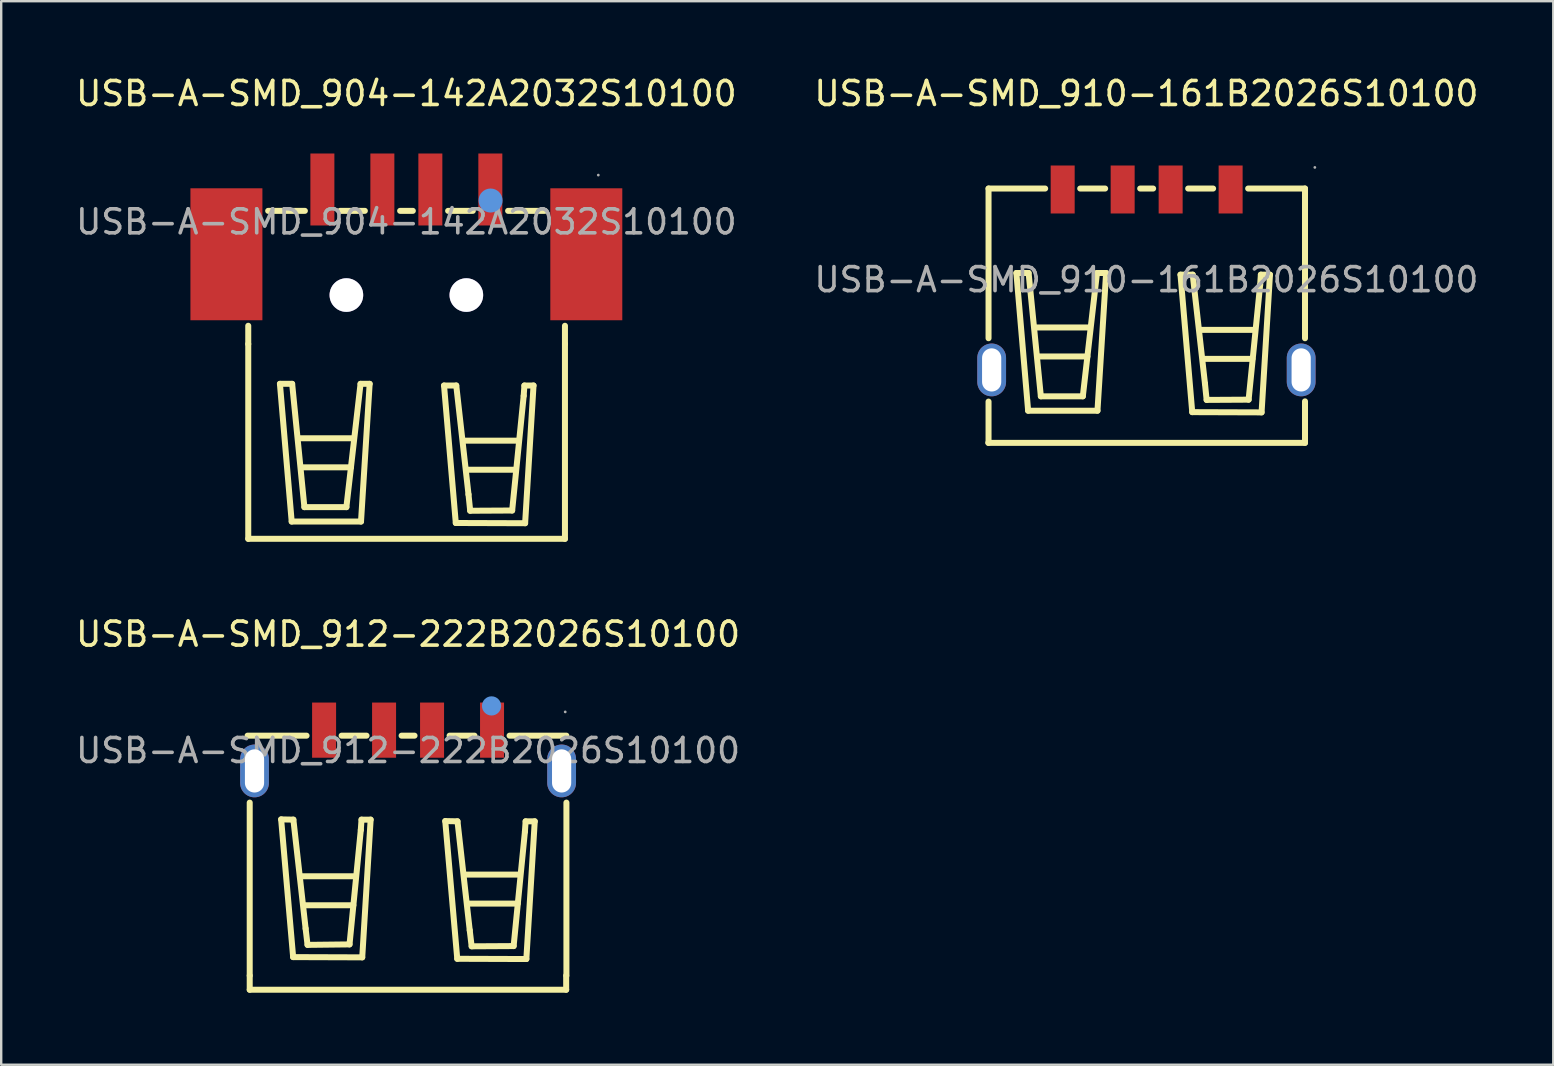
<source format=kicad_pcb>
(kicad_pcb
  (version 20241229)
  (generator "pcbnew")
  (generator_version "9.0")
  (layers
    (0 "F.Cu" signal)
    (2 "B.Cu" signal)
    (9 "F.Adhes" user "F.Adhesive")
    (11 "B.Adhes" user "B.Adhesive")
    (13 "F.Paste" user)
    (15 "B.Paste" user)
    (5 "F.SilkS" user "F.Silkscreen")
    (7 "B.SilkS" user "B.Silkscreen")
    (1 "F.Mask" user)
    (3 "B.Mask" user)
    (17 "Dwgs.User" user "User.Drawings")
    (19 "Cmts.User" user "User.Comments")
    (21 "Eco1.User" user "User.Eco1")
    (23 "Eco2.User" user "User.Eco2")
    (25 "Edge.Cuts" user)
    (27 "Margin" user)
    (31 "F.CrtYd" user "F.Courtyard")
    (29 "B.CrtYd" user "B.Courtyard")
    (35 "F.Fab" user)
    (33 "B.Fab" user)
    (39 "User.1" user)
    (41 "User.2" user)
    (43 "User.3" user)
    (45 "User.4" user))
  (footprint "USB-A-SMD_912-222B2026S10100"
    (layer "F.Cu")
    (at 13.958 28.232)
    (property "Reference" "USB-A-SMD_912-222B2026S10100" (at 0 -4.85 0) (layer "F.SilkS") (effects (font (size 1 1) (thickness 0.15))))
    (attr through_hole)
    (fp_line (start -6.6 9.38) (end -6.6 2.17) (stroke (width 0.25) (type solid)) (layer "F.SilkS"))
    (fp_line (start -6.6 9.38) (end -6.6 9.97) (stroke (width 0.25) (type solid)) (layer "F.SilkS"))
    (fp_line (start -6.6 9.97) (end 6.59 9.97) (stroke (width 0.25) (type solid)) (layer "F.SilkS"))
    (fp_line (start -5.29 2.87) (end -4.78 2.88) (stroke (width 0.25) (type solid)) (layer "F.SilkS"))
    (fp_line (start -4.79 8.61) (end -5.29 2.87) (stroke (width 0.25) (type solid)) (layer "F.SilkS"))
    (fp_line (start -4.78 2.88) (end -4.27 7.42) (stroke (width 0.25) (type solid)) (layer "F.SilkS"))
    (fp_line (start -4.45 5.24) (end -2.19 5.24) (stroke (width 0.25) (type solid)) (layer "F.SilkS"))
    (fp_line (start -4.31 6.45) (end -2.28 6.45) (stroke (width 0.25) (type solid)) (layer "F.SilkS"))
    (fp_line (start -4.27 7.42) (end -4.19 8.1) (stroke (width 0.25) (type solid)) (layer "F.SilkS"))
    (fp_line (start -4.23 -0.62) (end -6.69 -0.62) (stroke (width 0.25) (type solid)) (layer "F.SilkS"))
    (fp_line (start -4.19 8.1) (end -2.44 8.08) (stroke (width 0.25) (type solid)) (layer "F.SilkS"))
    (fp_line (start -2.44 8.08) (end -1.97 3.31) (stroke (width 0.25) (type solid)) (layer "F.SilkS"))
    (fp_line (start -1.97 3.31) (end -1.94 2.88) (stroke (width 0.25) (type solid)) (layer "F.SilkS"))
    (fp_line (start -1.94 2.88) (end -1.56 2.88) (stroke (width 0.25) (type solid)) (layer "F.SilkS"))
    (fp_line (start -1.91 8.62) (end -4.79 8.61) (stroke (width 0.25) (type solid)) (layer "F.SilkS"))
    (fp_line (start -1.73 -0.62) (end -2.77 -0.62) (stroke (width 0.25) (type solid)) (layer "F.SilkS"))
    (fp_line (start -1.56 2.88) (end -1.91 8.62) (stroke (width 0.25) (type solid)) (layer "F.SilkS"))
    (fp_line (start 0.27 -0.62) (end -0.27 -0.62) (stroke (width 0.25) (type solid)) (layer "F.SilkS"))
    (fp_line (start 1.55 2.94) (end 2.06 2.95) (stroke (width 0.25) (type solid)) (layer "F.SilkS"))
    (fp_line (start 2.05 8.68) (end 1.55 2.94) (stroke (width 0.25) (type solid)) (layer "F.SilkS"))
    (fp_line (start 2.06 2.95) (end 2.57 7.49) (stroke (width 0.25) (type solid)) (layer "F.SilkS"))
    (fp_line (start 2.4 5.17) (end 4.66 5.17) (stroke (width 0.25) (type solid)) (layer "F.SilkS"))
    (fp_line (start 2.54 6.38) (end 4.57 6.38) (stroke (width 0.25) (type solid)) (layer "F.SilkS"))
    (fp_line (start 2.57 7.49) (end 2.65 8.16) (stroke (width 0.25) (type solid)) (layer "F.SilkS"))
    (fp_line (start 2.65 8.16) (end 4.4 8.15) (stroke (width 0.25) (type solid)) (layer "F.SilkS"))
    (fp_line (start 2.77 -0.62) (end 1.73 -0.62) (stroke (width 0.25) (type solid)) (layer "F.SilkS"))
    (fp_line (start 4.4 8.15) (end 4.87 3.38) (stroke (width 0.25) (type solid)) (layer "F.SilkS"))
    (fp_line (start 4.87 3.38) (end 4.9 2.95) (stroke (width 0.25) (type solid)) (layer "F.SilkS"))
    (fp_line (start 4.9 2.95) (end 5.28 2.95) (stroke (width 0.25) (type solid)) (layer "F.SilkS"))
    (fp_line (start 4.93 8.69) (end 2.05 8.68) (stroke (width 0.25) (type solid)) (layer "F.SilkS"))
    (fp_line (start 5.28 2.95) (end 4.93 8.69) (stroke (width 0.25) (type solid)) (layer "F.SilkS"))
    (fp_line (start 6.59 9.97) (end 6.59 9.38) (stroke (width 0.25) (type solid)) (layer "F.SilkS"))
    (fp_line (start 6.6 -0.62) (end 4.23 -0.62) (stroke (width 0.25) (type solid)) (layer "F.SilkS"))
    (fp_line (start 6.6 9.38) (end 6.6 2.17) (stroke (width 0.25) (type solid)) (layer "F.SilkS"))
    (fp_circle (center 3.48 -1.86) (end 3.68 -1.86) (stroke (width 0.4) (type solid)) (fill no) (layer "Cmts.User"))
    (fp_circle (center 6.55 -1.61) (end 6.58 -1.61) (stroke (width 0.06) (type solid)) (fill no) (layer "F.Fab"))
    (fp_text user "${REFERENCE}" (at 0 0 0) (layer "F.Fab") (effects (font (size 1 1) (thickness 0.15))))
    (pad "1" smd rect (at 3.5 -0.85 180) (size 1 2.3) (layers "F.Cu" "F.Mask" "F.Paste"))
    (pad "2" smd rect (at 1 -0.85 180) (size 1 2.3) (layers "F.Cu" "F.Mask" "F.Paste"))
    (pad "3" smd rect (at -1 -0.85 180) (size 1 2.3) (layers "F.Cu" "F.Mask" "F.Paste"))
    (pad "4" smd rect (at -3.5 -0.85 180) (size 1 2.3) (layers "F.Cu" "F.Mask" "F.Paste"))
    (pad "5" thru_hole oval (at -6.4 0.85 270) (size 2.2 1.2) (drill oval 1.8 0.8) (layers "*.Cu" "*.Paste" "*.Mask"))
    (pad "6" thru_hole oval (at 6.4 0.85 90) (size 2.2 1.2) (drill oval 1.8 0.8) (layers "*.Cu" "*.Paste" "*.Mask")))
  (footprint "USB-A-SMD_910-161B2026S10100"
    (layer "F.Cu")
    (at 44.732 8.608)
    (property "Reference" "USB-A-SMD_910-161B2026S10100" (at 0 -7.76 0) (layer "F.SilkS") (effects (font (size 1 1) (thickness 0.15))))
    (attr through_hole)
    (fp_line (start -6.59 6.8) (end 6.61 6.8) (stroke (width 0.25) (type solid)) (layer "F.SilkS"))
    (fp_line (start -6.58 -3.8) (end -6.58 2.44) (stroke (width 0.25) (type solid)) (layer "F.SilkS"))
    (fp_line (start -6.58 -3.8) (end -4.22 -3.8) (stroke (width 0.25) (type solid)) (layer "F.SilkS"))
    (fp_line (start -6.58 5.08) (end -6.58 6.8) (stroke (width 0.25) (type solid)) (layer "F.SilkS"))
    (fp_line (start -5.42 -0.28) (end -4.91 -0.28) (stroke (width 0.25) (type solid)) (layer "F.SilkS"))
    (fp_line (start -4.93 5.46) (end -5.42 -0.28) (stroke (width 0.25) (type solid)) (layer "F.SilkS"))
    (fp_line (start -4.91 -0.28) (end -4.4 4.86) (stroke (width 0.25) (type solid)) (layer "F.SilkS"))
    (fp_line (start -4.63 1.99) (end -2.37 1.99) (stroke (width 0.25) (type solid)) (layer "F.SilkS"))
    (fp_line (start -4.49 3.2) (end -2.46 3.2) (stroke (width 0.25) (type solid)) (layer "F.SilkS"))
    (fp_line (start -4.4 4.86) (end -2.65 4.86) (stroke (width 0.25) (type solid)) (layer "F.SilkS"))
    (fp_line (start -2.76 -3.8) (end -1.72 -3.8) (stroke (width 0.25) (type solid)) (layer "F.SilkS"))
    (fp_line (start -2.65 4.86) (end -2.06 -0.28) (stroke (width 0.25) (type solid)) (layer "F.SilkS"))
    (fp_line (start -2.06 -0.28) (end -1.68 -0.28) (stroke (width 0.25) (type solid)) (layer "F.SilkS"))
    (fp_line (start -2.04 5.46) (end -4.93 5.46) (stroke (width 0.25) (type solid)) (layer "F.SilkS"))
    (fp_line (start -1.68 -0.28) (end -2.04 5.46) (stroke (width 0.25) (type solid)) (layer "F.SilkS"))
    (fp_line (start -0.26 -3.8) (end 0.28 -3.8) (stroke (width 0.25) (type solid)) (layer "F.SilkS"))
    (fp_line (start 1.42 -0.21) (end 1.93 -0.21) (stroke (width 0.25) (type solid)) (layer "F.SilkS"))
    (fp_line (start 1.74 -3.8) (end 2.78 -3.8) (stroke (width 0.25) (type solid)) (layer "F.SilkS"))
    (fp_line (start 1.91 5.52) (end 1.42 -0.21) (stroke (width 0.25) (type solid)) (layer "F.SilkS"))
    (fp_line (start 1.93 -0.21) (end 2.44 4.33) (stroke (width 0.25) (type solid)) (layer "F.SilkS"))
    (fp_line (start 2.25 2.09) (end 4.51 2.09) (stroke (width 0.25) (type solid)) (layer "F.SilkS"))
    (fp_line (start 2.39 3.3) (end 4.42 3.3) (stroke (width 0.25) (type solid)) (layer "F.SilkS"))
    (fp_line (start 2.44 4.33) (end 2.51 5.01) (stroke (width 0.25) (type solid)) (layer "F.SilkS"))
    (fp_line (start 2.51 5.01) (end 4.26 5) (stroke (width 0.25) (type solid)) (layer "F.SilkS"))
    (fp_line (start 4.24 -3.8) (end 6.61 -3.8) (stroke (width 0.25) (type solid)) (layer "F.SilkS"))
    (fp_line (start 4.26 5) (end 4.74 0.22) (stroke (width 0.25) (type solid)) (layer "F.SilkS"))
    (fp_line (start 4.74 0.22) (end 4.77 -0.21) (stroke (width 0.25) (type solid)) (layer "F.SilkS"))
    (fp_line (start 4.77 -0.21) (end 5.15 -0.21) (stroke (width 0.25) (type solid)) (layer "F.SilkS"))
    (fp_line (start 4.8 5.53) (end 1.91 5.52) (stroke (width 0.25) (type solid)) (layer "F.SilkS"))
    (fp_line (start 5.15 -0.21) (end 4.8 5.53) (stroke (width 0.25) (type solid)) (layer "F.SilkS"))
    (fp_line (start 6.61 -3.8) (end 6.61 2.44) (stroke (width 0.25) (type solid)) (layer "F.SilkS"))
    (fp_line (start 6.61 5.07) (end 6.61 6.8) (stroke (width 0.25) (type solid)) (layer "F.SilkS"))
    (fp_circle (center 7.02 -4.68) (end 7.05 -4.68) (stroke (width 0.06) (type solid)) (fill no) (layer "F.Fab"))
    (fp_text user "${REFERENCE}" (at 0 0 0) (layer "F.Fab") (effects (font (size 1 1) (thickness 0.15))))
    (pad "1" smd rect (at 3.51 -3.76) (size 1 2) (layers "F.Cu" "F.Mask" "F.Paste"))
    (pad "2" smd rect (at 1.01 -3.76) (size 1 2) (layers "F.Cu" "F.Mask" "F.Paste"))
    (pad "3" smd rect (at -0.99 -3.76) (size 1 2) (layers "F.Cu" "F.Mask" "F.Paste"))
    (pad "4" smd rect (at -3.49 -3.76) (size 1 2) (layers "F.Cu" "F.Mask" "F.Paste"))
    (pad "5" thru_hole oval (at -6.45 3.76 270) (size 2.2 1.2) (drill oval 1.8 0.8) (layers "*.Cu" "*.Paste" "*.Mask"))
    (pad "6" thru_hole oval (at 6.45 3.76 90) (size 2.2 1.2) (drill oval 1.8 0.8) (layers "*.Cu" "*.Paste" "*.Mask")))
  (footprint "USB-A-SMD_904-142A2032S10100"
    (layer "F.Cu")
    (at 13.887 6.198)
    (property "Reference" "USB-A-SMD_904-142A2032S10100" (at 0 -5.35 0) (layer "F.SilkS") (effects (font (size 1 1) (thickness 0.15))))
    (attr through_hole)
    (fp_line (start -6.59 5.09) (end -6.59 4.33) (stroke (width 0.25) (type solid)) (layer "F.SilkS"))
    (fp_line (start -6.59 13.21) (end -6.59 5.09) (stroke (width 0.25) (type solid)) (layer "F.SilkS"))
    (fp_line (start -6.59 13.21) (end 6.61 13.21) (stroke (width 0.25) (type solid)) (layer "F.SilkS"))
    (fp_line (start -5.76 -0.46) (end -4.23 -0.46) (stroke (width 0.25) (type solid)) (layer "F.SilkS"))
    (fp_line (start -5.27 6.75) (end -4.76 6.75) (stroke (width 0.25) (type solid)) (layer "F.SilkS"))
    (fp_line (start -4.78 12.49) (end -5.27 6.75) (stroke (width 0.25) (type solid)) (layer "F.SilkS"))
    (fp_line (start -4.76 6.75) (end -4.25 11.89) (stroke (width 0.25) (type solid)) (layer "F.SilkS"))
    (fp_line (start -4.48 9.02) (end -2.22 9.02) (stroke (width 0.25) (type solid)) (layer "F.SilkS"))
    (fp_line (start -4.34 10.23) (end -2.31 10.23) (stroke (width 0.25) (type solid)) (layer "F.SilkS"))
    (fp_line (start -4.25 11.89) (end -2.5 11.89) (stroke (width 0.25) (type solid)) (layer "F.SilkS"))
    (fp_line (start -2.76 -0.46) (end -1.73 -0.46) (stroke (width 0.25) (type solid)) (layer "F.SilkS"))
    (fp_line (start -2.5 11.89) (end -1.91 6.75) (stroke (width 0.25) (type solid)) (layer "F.SilkS"))
    (fp_line (start -1.91 6.75) (end -1.53 6.75) (stroke (width 0.25) (type solid)) (layer "F.SilkS"))
    (fp_line (start -1.89 12.49) (end -4.78 12.49) (stroke (width 0.25) (type solid)) (layer "F.SilkS"))
    (fp_line (start -1.53 6.75) (end -1.89 12.49) (stroke (width 0.25) (type solid)) (layer "F.SilkS"))
    (fp_line (start -0.26 -0.46) (end 0.27 -0.46) (stroke (width 0.25) (type solid)) (layer "F.SilkS"))
    (fp_line (start 1.57 6.82) (end 2.08 6.82) (stroke (width 0.25) (type solid)) (layer "F.SilkS"))
    (fp_line (start 1.74 -0.46) (end 2.77 -0.46) (stroke (width 0.25) (type solid)) (layer "F.SilkS"))
    (fp_line (start 2.06 12.55) (end 1.57 6.82) (stroke (width 0.25) (type solid)) (layer "F.SilkS"))
    (fp_line (start 2.08 6.82) (end 2.59 11.36) (stroke (width 0.25) (type solid)) (layer "F.SilkS"))
    (fp_line (start 2.4 9.12) (end 4.66 9.12) (stroke (width 0.25) (type solid)) (layer "F.SilkS"))
    (fp_line (start 2.54 10.33) (end 4.57 10.33) (stroke (width 0.25) (type solid)) (layer "F.SilkS"))
    (fp_line (start 2.59 11.36) (end 2.66 12.04) (stroke (width 0.25) (type solid)) (layer "F.SilkS"))
    (fp_line (start 2.66 12.04) (end 4.41 12.03) (stroke (width 0.25) (type solid)) (layer "F.SilkS"))
    (fp_line (start 4.24 -0.46) (end 5.77 -0.46) (stroke (width 0.25) (type solid)) (layer "F.SilkS"))
    (fp_line (start 4.41 12.03) (end 4.89 7.25) (stroke (width 0.25) (type solid)) (layer "F.SilkS"))
    (fp_line (start 4.89 7.25) (end 4.92 6.82) (stroke (width 0.25) (type solid)) (layer "F.SilkS"))
    (fp_line (start 4.92 6.82) (end 5.3 6.82) (stroke (width 0.25) (type solid)) (layer "F.SilkS"))
    (fp_line (start 4.95 12.56) (end 2.06 12.55) (stroke (width 0.25) (type solid)) (layer "F.SilkS"))
    (fp_line (start 5.3 6.82) (end 4.95 12.56) (stroke (width 0.25) (type solid)) (layer "F.SilkS"))
    (fp_line (start 6.61 5.09) (end 6.61 4.33) (stroke (width 0.25) (type solid)) (layer "F.SilkS"))
    (fp_line (start 6.61 13.21) (end 6.61 5.09) (stroke (width 0.25) (type solid)) (layer "F.SilkS"))
    (fp_circle (center -2.5 3.05) (end -2.2 3.05) (stroke (width 0.6) (type solid)) (fill no) (layer "Cmts.User"))
    (fp_circle (center 2.5 3.05) (end 2.8 3.05) (stroke (width 0.6) (type solid)) (fill no) (layer "Cmts.User"))
    (fp_circle (center 3.51 -0.89) (end 3.76 -0.89) (stroke (width 0.5) (type solid)) (fill no) (layer "Cmts.User"))
    (fp_circle (center 8 -1.95) (end 8.03 -1.95) (stroke (width 0.06) (type solid)) (fill no) (layer "F.Fab"))
    (fp_text user "${REFERENCE}" (at 0 0 0) (layer "F.Fab") (effects (font (size 1 1) (thickness 0.15))))
    (pad "" thru_hole circle (at -2.5 3.05) (size 1.4 1.4) (drill 1.4) (layers "*.Cu" "*.Mask"))
    (pad "" thru_hole circle (at 2.5 3.05) (size 1.4 1.4) (drill 1.4) (layers "*.Cu" "*.Mask"))
    (pad "1" smd rect (at 3.5 -1.35) (size 1 3) (layers "F.Cu" "F.Mask" "F.Paste"))
    (pad "2" smd rect (at 1 -1.35) (size 1 3) (layers "F.Cu" "F.Mask" "F.Paste"))
    (pad "3" smd rect (at -1 -1.35) (size 1 3) (layers "F.Cu" "F.Mask" "F.Paste"))
    (pad "4" smd rect (at -3.5 -1.35) (size 1 3) (layers "F.Cu" "F.Mask" "F.Paste"))
    (pad "5" smd rect (at -7.5 1.35 90) (size 5.5 3) (layers "F.Cu" "F.Mask" "F.Paste"))
    (pad "6" smd rect (at 7.5 1.35 90) (size 5.5 3) (layers "F.Cu" "F.Mask" "F.Paste")))
  (gr_rect
    (start -3 -3)
    (end 61.69 41.327)
    (stroke (width 0.1) (type default))
    (fill no)
    (layer "Edge.Cuts")))
</source>
